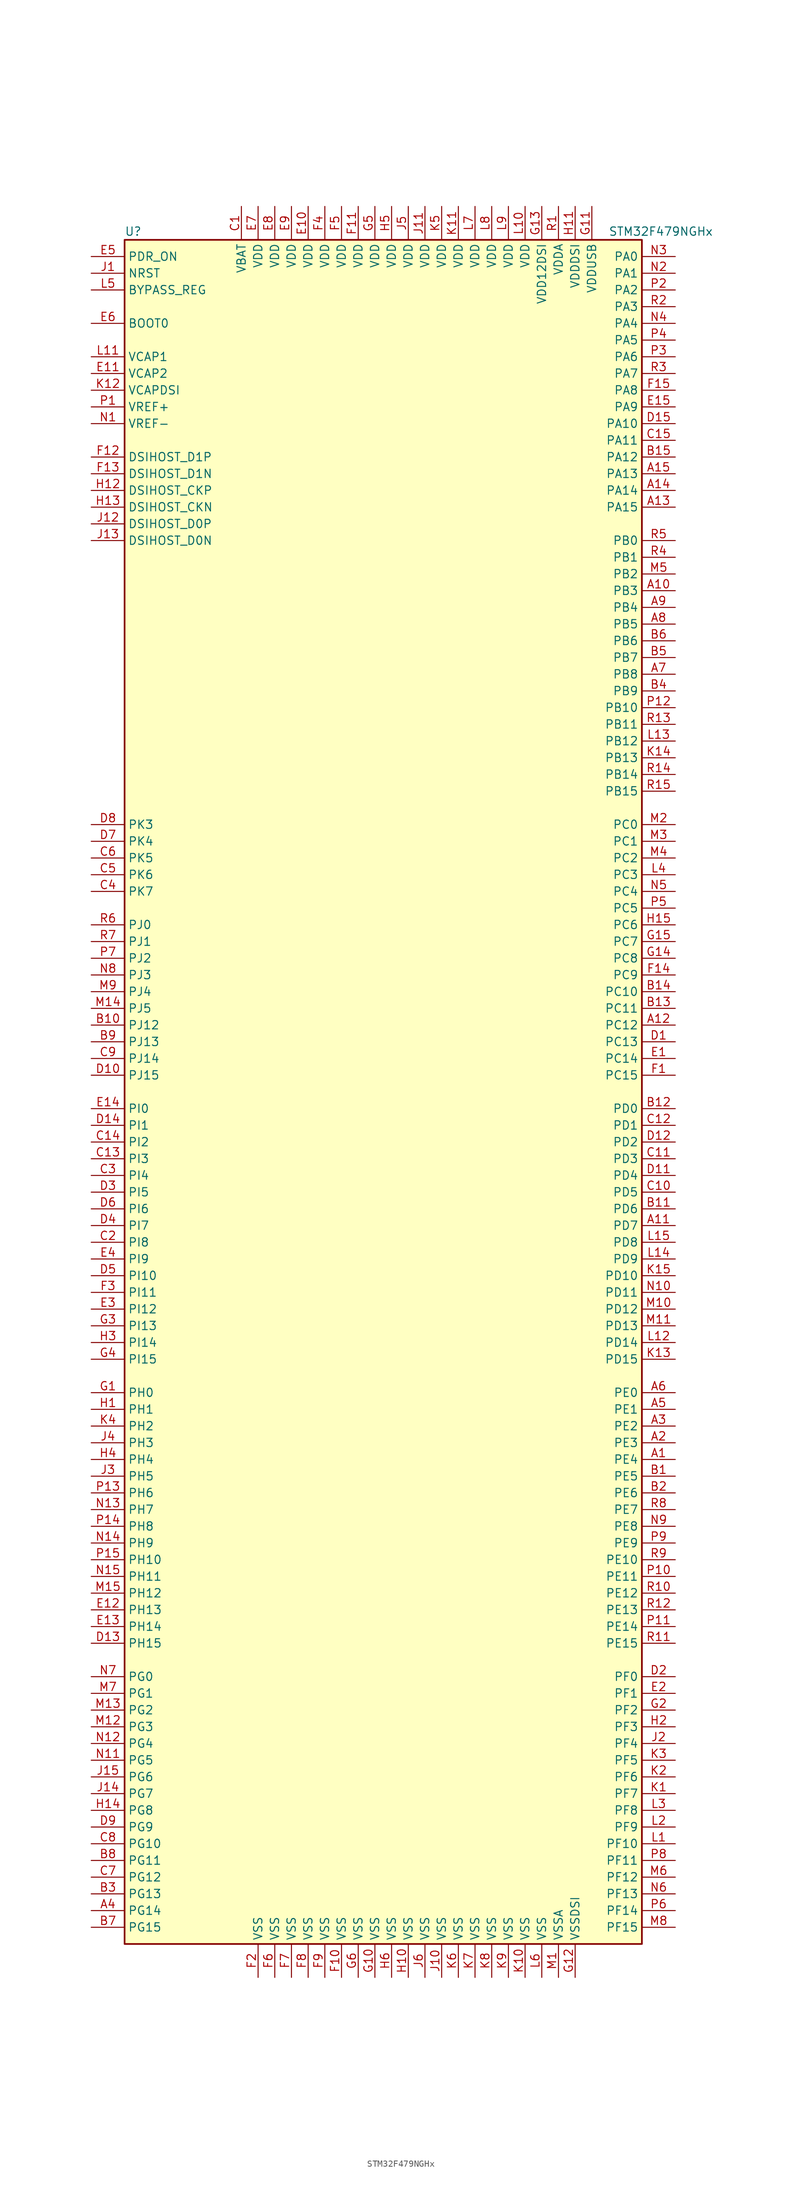
<source format=kicad_sym>
(kicad_symbol_lib
  (version 20201005)
  (generator kicad_symbol_editor)
  (symbol "STM32F479NGHx"
    (property "Reference" "U"
      (at -40.64 130.81 0)
      (effects (font (size 1.27 1.27)) (justify left)))
    (property "Value" "STM32F479NGHx"
      (at 33.02 130.81 0)
      (effects (font (size 1.27 1.27)) (justify left)))
    (symbol "STM32F479NGHx_0_1"
      (rectangle (start -40.64 -129.54) (end 38.1 129.54) (stroke (width 0.254)) (fill (type background))))
    (symbol "STM32F479NGHx_1_1"
      (pin bidirectional line (at 43.18 -55.88 180) (length 5.08) (name "PE4" (effects (font (size 1.27 1.27)))) (number "A1" (effects (font (size 1.27 1.27)))))
      (pin bidirectional line (at 43.18 76.2 180) (length 5.08) (name "PB3" (effects (font (size 1.27 1.27)))) (number "A10" (effects (font (size 1.27 1.27)))))
      (pin bidirectional line (at 43.18 -20.32 180) (length 5.08) (name "PD7" (effects (font (size 1.27 1.27)))) (number "A11" (effects (font (size 1.27 1.27)))))
      (pin bidirectional line (at 43.18 10.16 180) (length 5.08) (name "PC12" (effects (font (size 1.27 1.27)))) (number "A12" (effects (font (size 1.27 1.27)))))
      (pin bidirectional line (at 43.18 88.9 180) (length 5.08) (name "PA15" (effects (font (size 1.27 1.27)))) (number "A13" (effects (font (size 1.27 1.27)))))
      (pin bidirectional line (at 43.18 91.44 180) (length 5.08) (name "PA14" (effects (font (size 1.27 1.27)))) (number "A14" (effects (font (size 1.27 1.27)))))
      (pin bidirectional line (at 43.18 93.98 180) (length 5.08) (name "PA13" (effects (font (size 1.27 1.27)))) (number "A15" (effects (font (size 1.27 1.27)))))
      (pin bidirectional line (at 43.18 -53.34 180) (length 5.08) (name "PE3" (effects (font (size 1.27 1.27)))) (number "A2" (effects (font (size 1.27 1.27)))))
      (pin bidirectional line (at 43.18 -50.8 180) (length 5.08) (name "PE2" (effects (font (size 1.27 1.27)))) (number "A3" (effects (font (size 1.27 1.27)))))
      (pin bidirectional line (at -45.72 -124.46 0) (length 5.08) (name "PG14" (effects (font (size 1.27 1.27)))) (number "A4" (effects (font (size 1.27 1.27)))))
      (pin bidirectional line (at 43.18 -48.26 180) (length 5.08) (name "PE1" (effects (font (size 1.27 1.27)))) (number "A5" (effects (font (size 1.27 1.27)))))
      (pin bidirectional line (at 43.18 -45.72 180) (length 5.08) (name "PE0" (effects (font (size 1.27 1.27)))) (number "A6" (effects (font (size 1.27 1.27)))))
      (pin bidirectional line (at 43.18 63.5 180) (length 5.08) (name "PB8" (effects (font (size 1.27 1.27)))) (number "A7" (effects (font (size 1.27 1.27)))))
      (pin bidirectional line (at 43.18 71.12 180) (length 5.08) (name "PB5" (effects (font (size 1.27 1.27)))) (number "A8" (effects (font (size 1.27 1.27)))))
      (pin bidirectional line (at 43.18 73.66 180) (length 5.08) (name "PB4" (effects (font (size 1.27 1.27)))) (number "A9" (effects (font (size 1.27 1.27)))))
      (pin bidirectional line (at 43.18 -58.42 180) (length 5.08) (name "PE5" (effects (font (size 1.27 1.27)))) (number "B1" (effects (font (size 1.27 1.27)))))
      (pin bidirectional line (at -45.72 10.16 0) (length 5.08) (name "PJ12" (effects (font (size 1.27 1.27)))) (number "B10" (effects (font (size 1.27 1.27)))))
      (pin bidirectional line (at 43.18 -17.78 180) (length 5.08) (name "PD6" (effects (font (size 1.27 1.27)))) (number "B11" (effects (font (size 1.27 1.27)))))
      (pin bidirectional line (at 43.18 -2.54 180) (length 5.08) (name "PD0" (effects (font (size 1.27 1.27)))) (number "B12" (effects (font (size 1.27 1.27)))))
      (pin bidirectional line (at 43.18 12.7 180) (length 5.08) (name "PC11" (effects (font (size 1.27 1.27)))) (number "B13" (effects (font (size 1.27 1.27)))))
      (pin bidirectional line (at 43.18 15.24 180) (length 5.08) (name "PC10" (effects (font (size 1.27 1.27)))) (number "B14" (effects (font (size 1.27 1.27)))))
      (pin bidirectional line (at 43.18 96.52 180) (length 5.08) (name "PA12" (effects (font (size 1.27 1.27)))) (number "B15" (effects (font (size 1.27 1.27)))))
      (pin bidirectional line (at 43.18 -60.96 180) (length 5.08) (name "PE6" (effects (font (size 1.27 1.27)))) (number "B2" (effects (font (size 1.27 1.27)))))
      (pin bidirectional line (at -45.72 -121.92 0) (length 5.08) (name "PG13" (effects (font (size 1.27 1.27)))) (number "B3" (effects (font (size 1.27 1.27)))))
      (pin bidirectional line (at 43.18 60.96 180) (length 5.08) (name "PB9" (effects (font (size 1.27 1.27)))) (number "B4" (effects (font (size 1.27 1.27)))))
      (pin bidirectional line (at 43.18 66.04 180) (length 5.08) (name "PB7" (effects (font (size 1.27 1.27)))) (number "B5" (effects (font (size 1.27 1.27)))))
      (pin bidirectional line (at 43.18 68.58 180) (length 5.08) (name "PB6" (effects (font (size 1.27 1.27)))) (number "B6" (effects (font (size 1.27 1.27)))))
      (pin bidirectional line (at -45.72 -127 0) (length 5.08) (name "PG15" (effects (font (size 1.27 1.27)))) (number "B7" (effects (font (size 1.27 1.27)))))
      (pin bidirectional line (at -45.72 -116.84 0) (length 5.08) (name "PG11" (effects (font (size 1.27 1.27)))) (number "B8" (effects (font (size 1.27 1.27)))))
      (pin bidirectional line (at -45.72 7.62 0) (length 5.08) (name "PJ13" (effects (font (size 1.27 1.27)))) (number "B9" (effects (font (size 1.27 1.27)))))
      (pin power_in line (at -22.86 134.62 270) (length 5.08) (name "VBAT" (effects (font (size 1.27 1.27)))) (number "C1" (effects (font (size 1.27 1.27)))))
      (pin bidirectional line (at 43.18 -15.24 180) (length 5.08) (name "PD5" (effects (font (size 1.27 1.27)))) (number "C10" (effects (font (size 1.27 1.27)))))
      (pin bidirectional line (at 43.18 -10.16 180) (length 5.08) (name "PD3" (effects (font (size 1.27 1.27)))) (number "C11" (effects (font (size 1.27 1.27)))))
      (pin bidirectional line (at 43.18 -5.08 180) (length 5.08) (name "PD1" (effects (font (size 1.27 1.27)))) (number "C12" (effects (font (size 1.27 1.27)))))
      (pin bidirectional line (at -45.72 -10.16 0) (length 5.08) (name "PI3" (effects (font (size 1.27 1.27)))) (number "C13" (effects (font (size 1.27 1.27)))))
      (pin bidirectional line (at -45.72 -7.62 0) (length 5.08) (name "PI2" (effects (font (size 1.27 1.27)))) (number "C14" (effects (font (size 1.27 1.27)))))
      (pin bidirectional line (at 43.18 99.06 180) (length 5.08) (name "PA11" (effects (font (size 1.27 1.27)))) (number "C15" (effects (font (size 1.27 1.27)))))
      (pin bidirectional line (at -45.72 -22.86 0) (length 5.08) (name "PI8" (effects (font (size 1.27 1.27)))) (number "C2" (effects (font (size 1.27 1.27)))))
      (pin bidirectional line (at -45.72 -12.7 0) (length 5.08) (name "PI4" (effects (font (size 1.27 1.27)))) (number "C3" (effects (font (size 1.27 1.27)))))
      (pin bidirectional line (at -45.72 30.48 0) (length 5.08) (name "PK7" (effects (font (size 1.27 1.27)))) (number "C4" (effects (font (size 1.27 1.27)))))
      (pin bidirectional line (at -45.72 33.02 0) (length 5.08) (name "PK6" (effects (font (size 1.27 1.27)))) (number "C5" (effects (font (size 1.27 1.27)))))
      (pin bidirectional line (at -45.72 35.56 0) (length 5.08) (name "PK5" (effects (font (size 1.27 1.27)))) (number "C6" (effects (font (size 1.27 1.27)))))
      (pin bidirectional line (at -45.72 -119.38 0) (length 5.08) (name "PG12" (effects (font (size 1.27 1.27)))) (number "C7" (effects (font (size 1.27 1.27)))))
      (pin bidirectional line (at -45.72 -114.3 0) (length 5.08) (name "PG10" (effects (font (size 1.27 1.27)))) (number "C8" (effects (font (size 1.27 1.27)))))
      (pin bidirectional line (at -45.72 5.08 0) (length 5.08) (name "PJ14" (effects (font (size 1.27 1.27)))) (number "C9" (effects (font (size 1.27 1.27)))))
      (pin bidirectional line (at 43.18 7.62 180) (length 5.08) (name "PC13" (effects (font (size 1.27 1.27)))) (number "D1" (effects (font (size 1.27 1.27)))))
      (pin bidirectional line (at -45.72 2.54 0) (length 5.08) (name "PJ15" (effects (font (size 1.27 1.27)))) (number "D10" (effects (font (size 1.27 1.27)))))
      (pin bidirectional line (at 43.18 -12.7 180) (length 5.08) (name "PD4" (effects (font (size 1.27 1.27)))) (number "D11" (effects (font (size 1.27 1.27)))))
      (pin bidirectional line (at 43.18 -7.62 180) (length 5.08) (name "PD2" (effects (font (size 1.27 1.27)))) (number "D12" (effects (font (size 1.27 1.27)))))
      (pin bidirectional line (at -45.72 -83.82 0) (length 5.08) (name "PH15" (effects (font (size 1.27 1.27)))) (number "D13" (effects (font (size 1.27 1.27)))))
      (pin bidirectional line (at -45.72 -5.08 0) (length 5.08) (name "PI1" (effects (font (size 1.27 1.27)))) (number "D14" (effects (font (size 1.27 1.27)))))
      (pin bidirectional line (at 43.18 101.6 180) (length 5.08) (name "PA10" (effects (font (size 1.27 1.27)))) (number "D15" (effects (font (size 1.27 1.27)))))
      (pin bidirectional line (at 43.18 -88.9 180) (length 5.08) (name "PF0" (effects (font (size 1.27 1.27)))) (number "D2" (effects (font (size 1.27 1.27)))))
      (pin bidirectional line (at -45.72 -15.24 0) (length 5.08) (name "PI5" (effects (font (size 1.27 1.27)))) (number "D3" (effects (font (size 1.27 1.27)))))
      (pin bidirectional line (at -45.72 -20.32 0) (length 5.08) (name "PI7" (effects (font (size 1.27 1.27)))) (number "D4" (effects (font (size 1.27 1.27)))))
      (pin bidirectional line (at -45.72 -27.94 0) (length 5.08) (name "PI10" (effects (font (size 1.27 1.27)))) (number "D5" (effects (font (size 1.27 1.27)))))
      (pin bidirectional line (at -45.72 -17.78 0) (length 5.08) (name "PI6" (effects (font (size 1.27 1.27)))) (number "D6" (effects (font (size 1.27 1.27)))))
      (pin bidirectional line (at -45.72 38.1 0) (length 5.08) (name "PK4" (effects (font (size 1.27 1.27)))) (number "D7" (effects (font (size 1.27 1.27)))))
      (pin bidirectional line (at -45.72 40.64 0) (length 5.08) (name "PK3" (effects (font (size 1.27 1.27)))) (number "D8" (effects (font (size 1.27 1.27)))))
      (pin bidirectional line (at -45.72 -111.76 0) (length 5.08) (name "PG9" (effects (font (size 1.27 1.27)))) (number "D9" (effects (font (size 1.27 1.27)))))
      (pin bidirectional line (at 43.18 5.08 180) (length 5.08) (name "PC14" (effects (font (size 1.27 1.27)))) (number "E1" (effects (font (size 1.27 1.27)))))
      (pin power_in line (at -12.7 134.62 270) (length 5.08) (name "VDD" (effects (font (size 1.27 1.27)))) (number "E10" (effects (font (size 1.27 1.27)))))
      (pin power_in line (at -45.72 109.22 0) (length 5.08) (name "VCAP2" (effects (font (size 1.27 1.27)))) (number "E11" (effects (font (size 1.27 1.27)))))
      (pin bidirectional line (at -45.72 -78.74 0) (length 5.08) (name "PH13" (effects (font (size 1.27 1.27)))) (number "E12" (effects (font (size 1.27 1.27)))))
      (pin bidirectional line (at -45.72 -81.28 0) (length 5.08) (name "PH14" (effects (font (size 1.27 1.27)))) (number "E13" (effects (font (size 1.27 1.27)))))
      (pin bidirectional line (at -45.72 -2.54 0) (length 5.08) (name "PI0" (effects (font (size 1.27 1.27)))) (number "E14" (effects (font (size 1.27 1.27)))))
      (pin bidirectional line (at 43.18 104.14 180) (length 5.08) (name "PA9" (effects (font (size 1.27 1.27)))) (number "E15" (effects (font (size 1.27 1.27)))))
      (pin bidirectional line (at 43.18 -91.44 180) (length 5.08) (name "PF1" (effects (font (size 1.27 1.27)))) (number "E2" (effects (font (size 1.27 1.27)))))
      (pin bidirectional line (at -45.72 -33.02 0) (length 5.08) (name "PI12" (effects (font (size 1.27 1.27)))) (number "E3" (effects (font (size 1.27 1.27)))))
      (pin bidirectional line (at -45.72 -25.4 0) (length 5.08) (name "PI9" (effects (font (size 1.27 1.27)))) (number "E4" (effects (font (size 1.27 1.27)))))
      (pin input line (at -45.72 127 0) (length 5.08) (name "PDR_ON" (effects (font (size 1.27 1.27)))) (number "E5" (effects (font (size 1.27 1.27)))))
      (pin input line (at -45.72 116.84 0) (length 5.08) (name "BOOT0" (effects (font (size 1.27 1.27)))) (number "E6" (effects (font (size 1.27 1.27)))))
      (pin power_in line (at -20.32 134.62 270) (length 5.08) (name "VDD" (effects (font (size 1.27 1.27)))) (number "E7" (effects (font (size 1.27 1.27)))))
      (pin power_in line (at -17.78 134.62 270) (length 5.08) (name "VDD" (effects (font (size 1.27 1.27)))) (number "E8" (effects (font (size 1.27 1.27)))))
      (pin power_in line (at -15.24 134.62 270) (length 5.08) (name "VDD" (effects (font (size 1.27 1.27)))) (number "E9" (effects (font (size 1.27 1.27)))))
      (pin bidirectional line (at 43.18 2.54 180) (length 5.08) (name "PC15" (effects (font (size 1.27 1.27)))) (number "F1" (effects (font (size 1.27 1.27)))))
      (pin power_in line (at -7.62 -134.62 90) (length 5.08) (name "VSS" (effects (font (size 1.27 1.27)))) (number "F10" (effects (font (size 1.27 1.27)))))
      (pin power_in line (at -5.08 134.62 270) (length 5.08) (name "VDD" (effects (font (size 1.27 1.27)))) (number "F11" (effects (font (size 1.27 1.27)))))
      (pin bidirectional line (at -45.72 96.52 0) (length 5.08) (name "DSIHOST_D1P" (effects (font (size 1.27 1.27)))) (number "F12" (effects (font (size 1.27 1.27)))))
      (pin bidirectional line (at -45.72 93.98 0) (length 5.08) (name "DSIHOST_D1N" (effects (font (size 1.27 1.27)))) (number "F13" (effects (font (size 1.27 1.27)))))
      (pin bidirectional line (at 43.18 17.78 180) (length 5.08) (name "PC9" (effects (font (size 1.27 1.27)))) (number "F14" (effects (font (size 1.27 1.27)))))
      (pin bidirectional line (at 43.18 106.68 180) (length 5.08) (name "PA8" (effects (font (size 1.27 1.27)))) (number "F15" (effects (font (size 1.27 1.27)))))
      (pin power_in line (at -20.32 -134.62 90) (length 5.08) (name "VSS" (effects (font (size 1.27 1.27)))) (number "F2" (effects (font (size 1.27 1.27)))))
      (pin bidirectional line (at -45.72 -30.48 0) (length 5.08) (name "PI11" (effects (font (size 1.27 1.27)))) (number "F3" (effects (font (size 1.27 1.27)))))
      (pin power_in line (at -10.16 134.62 270) (length 5.08) (name "VDD" (effects (font (size 1.27 1.27)))) (number "F4" (effects (font (size 1.27 1.27)))))
      (pin power_in line (at -7.62 134.62 270) (length 5.08) (name "VDD" (effects (font (size 1.27 1.27)))) (number "F5" (effects (font (size 1.27 1.27)))))
      (pin power_in line (at -17.78 -134.62 90) (length 5.08) (name "VSS" (effects (font (size 1.27 1.27)))) (number "F6" (effects (font (size 1.27 1.27)))))
      (pin power_in line (at -15.24 -134.62 90) (length 5.08) (name "VSS" (effects (font (size 1.27 1.27)))) (number "F7" (effects (font (size 1.27 1.27)))))
      (pin power_in line (at -12.7 -134.62 90) (length 5.08) (name "VSS" (effects (font (size 1.27 1.27)))) (number "F8" (effects (font (size 1.27 1.27)))))
      (pin power_in line (at -10.16 -134.62 90) (length 5.08) (name "VSS" (effects (font (size 1.27 1.27)))) (number "F9" (effects (font (size 1.27 1.27)))))
      (pin input line (at -45.72 -45.72 0) (length 5.08) (name "PH0" (effects (font (size 1.27 1.27)))) (number "G1" (effects (font (size 1.27 1.27)))))
      (pin power_in line (at -2.54 -134.62 90) (length 5.08) (name "VSS" (effects (font (size 1.27 1.27)))) (number "G10" (effects (font (size 1.27 1.27)))))
      (pin power_in line (at 30.48 134.62 270) (length 5.08) (name "VDDUSB" (effects (font (size 1.27 1.27)))) (number "G11" (effects (font (size 1.27 1.27)))))
      (pin power_in line (at 27.94 -134.62 90) (length 5.08) (name "VSSDSI" (effects (font (size 1.27 1.27)))) (number "G12" (effects (font (size 1.27 1.27)))))
      (pin power_in line (at 22.86 134.62 270) (length 5.08) (name "VDD12DSI" (effects (font (size 1.27 1.27)))) (number "G13" (effects (font (size 1.27 1.27)))))
      (pin bidirectional line (at 43.18 20.32 180) (length 5.08) (name "PC8" (effects (font (size 1.27 1.27)))) (number "G14" (effects (font (size 1.27 1.27)))))
      (pin bidirectional line (at 43.18 22.86 180) (length 5.08) (name "PC7" (effects (font (size 1.27 1.27)))) (number "G15" (effects (font (size 1.27 1.27)))))
      (pin bidirectional line (at 43.18 -93.98 180) (length 5.08) (name "PF2" (effects (font (size 1.27 1.27)))) (number "G2" (effects (font (size 1.27 1.27)))))
      (pin bidirectional line (at -45.72 -35.56 0) (length 5.08) (name "PI13" (effects (font (size 1.27 1.27)))) (number "G3" (effects (font (size 1.27 1.27)))))
      (pin bidirectional line (at -45.72 -40.64 0) (length 5.08) (name "PI15" (effects (font (size 1.27 1.27)))) (number "G4" (effects (font (size 1.27 1.27)))))
      (pin power_in line (at -2.54 134.62 270) (length 5.08) (name "VDD" (effects (font (size 1.27 1.27)))) (number "G5" (effects (font (size 1.27 1.27)))))
      (pin power_in line (at -5.08 -134.62 90) (length 5.08) (name "VSS" (effects (font (size 1.27 1.27)))) (number "G6" (effects (font (size 1.27 1.27)))))
      (pin input line (at -45.72 -48.26 0) (length 5.08) (name "PH1" (effects (font (size 1.27 1.27)))) (number "H1" (effects (font (size 1.27 1.27)))))
      (pin power_in line (at 2.54 -134.62 90) (length 5.08) (name "VSS" (effects (font (size 1.27 1.27)))) (number "H10" (effects (font (size 1.27 1.27)))))
      (pin power_in line (at 27.94 134.62 270) (length 5.08) (name "VDDDSI" (effects (font (size 1.27 1.27)))) (number "H11" (effects (font (size 1.27 1.27)))))
      (pin bidirectional line (at -45.72 91.44 0) (length 5.08) (name "DSIHOST_CKP" (effects (font (size 1.27 1.27)))) (number "H12" (effects (font (size 1.27 1.27)))))
      (pin bidirectional line (at -45.72 88.9 0) (length 5.08) (name "DSIHOST_CKN" (effects (font (size 1.27 1.27)))) (number "H13" (effects (font (size 1.27 1.27)))))
      (pin bidirectional line (at -45.72 -109.22 0) (length 5.08) (name "PG8" (effects (font (size 1.27 1.27)))) (number "H14" (effects (font (size 1.27 1.27)))))
      (pin bidirectional line (at 43.18 25.4 180) (length 5.08) (name "PC6" (effects (font (size 1.27 1.27)))) (number "H15" (effects (font (size 1.27 1.27)))))
      (pin bidirectional line (at 43.18 -96.52 180) (length 5.08) (name "PF3" (effects (font (size 1.27 1.27)))) (number "H2" (effects (font (size 1.27 1.27)))))
      (pin bidirectional line (at -45.72 -38.1 0) (length 5.08) (name "PI14" (effects (font (size 1.27 1.27)))) (number "H3" (effects (font (size 1.27 1.27)))))
      (pin bidirectional line (at -45.72 -55.88 0) (length 5.08) (name "PH4" (effects (font (size 1.27 1.27)))) (number "H4" (effects (font (size 1.27 1.27)))))
      (pin power_in line (at 0 134.62 270) (length 5.08) (name "VDD" (effects (font (size 1.27 1.27)))) (number "H5" (effects (font (size 1.27 1.27)))))
      (pin power_in line (at 0 -134.62 90) (length 5.08) (name "VSS" (effects (font (size 1.27 1.27)))) (number "H6" (effects (font (size 1.27 1.27)))))
      (pin input line (at -45.72 124.46 0) (length 5.08) (name "NRST" (effects (font (size 1.27 1.27)))) (number "J1" (effects (font (size 1.27 1.27)))))
      (pin power_in line (at 7.62 -134.62 90) (length 5.08) (name "VSS" (effects (font (size 1.27 1.27)))) (number "J10" (effects (font (size 1.27 1.27)))))
      (pin power_in line (at 5.08 134.62 270) (length 5.08) (name "VDD" (effects (font (size 1.27 1.27)))) (number "J11" (effects (font (size 1.27 1.27)))))
      (pin bidirectional line (at -45.72 86.36 0) (length 5.08) (name "DSIHOST_D0P" (effects (font (size 1.27 1.27)))) (number "J12" (effects (font (size 1.27 1.27)))))
      (pin bidirectional line (at -45.72 83.82 0) (length 5.08) (name "DSIHOST_D0N" (effects (font (size 1.27 1.27)))) (number "J13" (effects (font (size 1.27 1.27)))))
      (pin bidirectional line (at -45.72 -106.68 0) (length 5.08) (name "PG7" (effects (font (size 1.27 1.27)))) (number "J14" (effects (font (size 1.27 1.27)))))
      (pin bidirectional line (at -45.72 -104.14 0) (length 5.08) (name "PG6" (effects (font (size 1.27 1.27)))) (number "J15" (effects (font (size 1.27 1.27)))))
      (pin bidirectional line (at 43.18 -99.06 180) (length 5.08) (name "PF4" (effects (font (size 1.27 1.27)))) (number "J2" (effects (font (size 1.27 1.27)))))
      (pin bidirectional line (at -45.72 -58.42 0) (length 5.08) (name "PH5" (effects (font (size 1.27 1.27)))) (number "J3" (effects (font (size 1.27 1.27)))))
      (pin bidirectional line (at -45.72 -53.34 0) (length 5.08) (name "PH3" (effects (font (size 1.27 1.27)))) (number "J4" (effects (font (size 1.27 1.27)))))
      (pin power_in line (at 2.54 134.62 270) (length 5.08) (name "VDD" (effects (font (size 1.27 1.27)))) (number "J5" (effects (font (size 1.27 1.27)))))
      (pin power_in line (at 5.08 -134.62 90) (length 5.08) (name "VSS" (effects (font (size 1.27 1.27)))) (number "J6" (effects (font (size 1.27 1.27)))))
      (pin bidirectional line (at 43.18 -106.68 180) (length 5.08) (name "PF7" (effects (font (size 1.27 1.27)))) (number "K1" (effects (font (size 1.27 1.27)))))
      (pin power_in line (at 20.32 -134.62 90) (length 5.08) (name "VSS" (effects (font (size 1.27 1.27)))) (number "K10" (effects (font (size 1.27 1.27)))))
      (pin power_in line (at 10.16 134.62 270) (length 5.08) (name "VDD" (effects (font (size 1.27 1.27)))) (number "K11" (effects (font (size 1.27 1.27)))))
      (pin power_in line (at -45.72 106.68 0) (length 5.08) (name "VCAPDSI" (effects (font (size 1.27 1.27)))) (number "K12" (effects (font (size 1.27 1.27)))))
      (pin bidirectional line (at 43.18 -40.64 180) (length 5.08) (name "PD15" (effects (font (size 1.27 1.27)))) (number "K13" (effects (font (size 1.27 1.27)))))
      (pin bidirectional line (at 43.18 50.8 180) (length 5.08) (name "PB13" (effects (font (size 1.27 1.27)))) (number "K14" (effects (font (size 1.27 1.27)))))
      (pin bidirectional line (at 43.18 -27.94 180) (length 5.08) (name "PD10" (effects (font (size 1.27 1.27)))) (number "K15" (effects (font (size 1.27 1.27)))))
      (pin bidirectional line (at 43.18 -104.14 180) (length 5.08) (name "PF6" (effects (font (size 1.27 1.27)))) (number "K2" (effects (font (size 1.27 1.27)))))
      (pin bidirectional line (at 43.18 -101.6 180) (length 5.08) (name "PF5" (effects (font (size 1.27 1.27)))) (number "K3" (effects (font (size 1.27 1.27)))))
      (pin bidirectional line (at -45.72 -50.8 0) (length 5.08) (name "PH2" (effects (font (size 1.27 1.27)))) (number "K4" (effects (font (size 1.27 1.27)))))
      (pin power_in line (at 7.62 134.62 270) (length 5.08) (name "VDD" (effects (font (size 1.27 1.27)))) (number "K5" (effects (font (size 1.27 1.27)))))
      (pin power_in line (at 10.16 -134.62 90) (length 5.08) (name "VSS" (effects (font (size 1.27 1.27)))) (number "K6" (effects (font (size 1.27 1.27)))))
      (pin power_in line (at 12.7 -134.62 90) (length 5.08) (name "VSS" (effects (font (size 1.27 1.27)))) (number "K7" (effects (font (size 1.27 1.27)))))
      (pin power_in line (at 15.24 -134.62 90) (length 5.08) (name "VSS" (effects (font (size 1.27 1.27)))) (number "K8" (effects (font (size 1.27 1.27)))))
      (pin power_in line (at 17.78 -134.62 90) (length 5.08) (name "VSS" (effects (font (size 1.27 1.27)))) (number "K9" (effects (font (size 1.27 1.27)))))
      (pin bidirectional line (at 43.18 -114.3 180) (length 5.08) (name "PF10" (effects (font (size 1.27 1.27)))) (number "L1" (effects (font (size 1.27 1.27)))))
      (pin power_in line (at 20.32 134.62 270) (length 5.08) (name "VDD" (effects (font (size 1.27 1.27)))) (number "L10" (effects (font (size 1.27 1.27)))))
      (pin power_in line (at -45.72 111.76 0) (length 5.08) (name "VCAP1" (effects (font (size 1.27 1.27)))) (number "L11" (effects (font (size 1.27 1.27)))))
      (pin bidirectional line (at 43.18 -38.1 180) (length 5.08) (name "PD14" (effects (font (size 1.27 1.27)))) (number "L12" (effects (font (size 1.27 1.27)))))
      (pin bidirectional line (at 43.18 53.34 180) (length 5.08) (name "PB12" (effects (font (size 1.27 1.27)))) (number "L13" (effects (font (size 1.27 1.27)))))
      (pin bidirectional line (at 43.18 -25.4 180) (length 5.08) (name "PD9" (effects (font (size 1.27 1.27)))) (number "L14" (effects (font (size 1.27 1.27)))))
      (pin bidirectional line (at 43.18 -22.86 180) (length 5.08) (name "PD8" (effects (font (size 1.27 1.27)))) (number "L15" (effects (font (size 1.27 1.27)))))
      (pin bidirectional line (at 43.18 -111.76 180) (length 5.08) (name "PF9" (effects (font (size 1.27 1.27)))) (number "L2" (effects (font (size 1.27 1.27)))))
      (pin bidirectional line (at 43.18 -109.22 180) (length 5.08) (name "PF8" (effects (font (size 1.27 1.27)))) (number "L3" (effects (font (size 1.27 1.27)))))
      (pin bidirectional line (at 43.18 33.02 180) (length 5.08) (name "PC3" (effects (font (size 1.27 1.27)))) (number "L4" (effects (font (size 1.27 1.27)))))
      (pin input line (at -45.72 121.92 0) (length 5.08) (name "BYPASS_REG" (effects (font (size 1.27 1.27)))) (number "L5" (effects (font (size 1.27 1.27)))))
      (pin power_in line (at 22.86 -134.62 90) (length 5.08) (name "VSS" (effects (font (size 1.27 1.27)))) (number "L6" (effects (font (size 1.27 1.27)))))
      (pin power_in line (at 12.7 134.62 270) (length 5.08) (name "VDD" (effects (font (size 1.27 1.27)))) (number "L7" (effects (font (size 1.27 1.27)))))
      (pin power_in line (at 15.24 134.62 270) (length 5.08) (name "VDD" (effects (font (size 1.27 1.27)))) (number "L8" (effects (font (size 1.27 1.27)))))
      (pin power_in line (at 17.78 134.62 270) (length 5.08) (name "VDD" (effects (font (size 1.27 1.27)))) (number "L9" (effects (font (size 1.27 1.27)))))
      (pin power_in line (at 25.4 -134.62 90) (length 5.08) (name "VSSA" (effects (font (size 1.27 1.27)))) (number "M1" (effects (font (size 1.27 1.27)))))
      (pin bidirectional line (at 43.18 -33.02 180) (length 5.08) (name "PD12" (effects (font (size 1.27 1.27)))) (number "M10" (effects (font (size 1.27 1.27)))))
      (pin bidirectional line (at 43.18 -35.56 180) (length 5.08) (name "PD13" (effects (font (size 1.27 1.27)))) (number "M11" (effects (font (size 1.27 1.27)))))
      (pin bidirectional line (at -45.72 -96.52 0) (length 5.08) (name "PG3" (effects (font (size 1.27 1.27)))) (number "M12" (effects (font (size 1.27 1.27)))))
      (pin bidirectional line (at -45.72 -93.98 0) (length 5.08) (name "PG2" (effects (font (size 1.27 1.27)))) (number "M13" (effects (font (size 1.27 1.27)))))
      (pin bidirectional line (at -45.72 12.7 0) (length 5.08) (name "PJ5" (effects (font (size 1.27 1.27)))) (number "M14" (effects (font (size 1.27 1.27)))))
      (pin bidirectional line (at -45.72 -76.2 0) (length 5.08) (name "PH12" (effects (font (size 1.27 1.27)))) (number "M15" (effects (font (size 1.27 1.27)))))
      (pin bidirectional line (at 43.18 40.64 180) (length 5.08) (name "PC0" (effects (font (size 1.27 1.27)))) (number "M2" (effects (font (size 1.27 1.27)))))
      (pin bidirectional line (at 43.18 38.1 180) (length 5.08) (name "PC1" (effects (font (size 1.27 1.27)))) (number "M3" (effects (font (size 1.27 1.27)))))
      (pin bidirectional line (at 43.18 35.56 180) (length 5.08) (name "PC2" (effects (font (size 1.27 1.27)))) (number "M4" (effects (font (size 1.27 1.27)))))
      (pin bidirectional line (at 43.18 78.74 180) (length 5.08) (name "PB2" (effects (font (size 1.27 1.27)))) (number "M5" (effects (font (size 1.27 1.27)))))
      (pin bidirectional line (at 43.18 -119.38 180) (length 5.08) (name "PF12" (effects (font (size 1.27 1.27)))) (number "M6" (effects (font (size 1.27 1.27)))))
      (pin bidirectional line (at -45.72 -91.44 0) (length 5.08) (name "PG1" (effects (font (size 1.27 1.27)))) (number "M7" (effects (font (size 1.27 1.27)))))
      (pin bidirectional line (at 43.18 -127 180) (length 5.08) (name "PF15" (effects (font (size 1.27 1.27)))) (number "M8" (effects (font (size 1.27 1.27)))))
      (pin bidirectional line (at -45.72 15.24 0) (length 5.08) (name "PJ4" (effects (font (size 1.27 1.27)))) (number "M9" (effects (font (size 1.27 1.27)))))
      (pin power_in line (at -45.72 101.6 0) (length 5.08) (name "VREF-" (effects (font (size 1.27 1.27)))) (number "N1" (effects (font (size 1.27 1.27)))))
      (pin bidirectional line (at 43.18 -30.48 180) (length 5.08) (name "PD11" (effects (font (size 1.27 1.27)))) (number "N10" (effects (font (size 1.27 1.27)))))
      (pin bidirectional line (at -45.72 -101.6 0) (length 5.08) (name "PG5" (effects (font (size 1.27 1.27)))) (number "N11" (effects (font (size 1.27 1.27)))))
      (pin bidirectional line (at -45.72 -99.06 0) (length 5.08) (name "PG4" (effects (font (size 1.27 1.27)))) (number "N12" (effects (font (size 1.27 1.27)))))
      (pin bidirectional line (at -45.72 -63.5 0) (length 5.08) (name "PH7" (effects (font (size 1.27 1.27)))) (number "N13" (effects (font (size 1.27 1.27)))))
      (pin bidirectional line (at -45.72 -68.58 0) (length 5.08) (name "PH9" (effects (font (size 1.27 1.27)))) (number "N14" (effects (font (size 1.27 1.27)))))
      (pin bidirectional line (at -45.72 -73.66 0) (length 5.08) (name "PH11" (effects (font (size 1.27 1.27)))) (number "N15" (effects (font (size 1.27 1.27)))))
      (pin bidirectional line (at 43.18 124.46 180) (length 5.08) (name "PA1" (effects (font (size 1.27 1.27)))) (number "N2" (effects (font (size 1.27 1.27)))))
      (pin bidirectional line (at 43.18 127 180) (length 5.08) (name "PA0" (effects (font (size 1.27 1.27)))) (number "N3" (effects (font (size 1.27 1.27)))))
      (pin bidirectional line (at 43.18 116.84 180) (length 5.08) (name "PA4" (effects (font (size 1.27 1.27)))) (number "N4" (effects (font (size 1.27 1.27)))))
      (pin bidirectional line (at 43.18 30.48 180) (length 5.08) (name "PC4" (effects (font (size 1.27 1.27)))) (number "N5" (effects (font (size 1.27 1.27)))))
      (pin bidirectional line (at 43.18 -121.92 180) (length 5.08) (name "PF13" (effects (font (size 1.27 1.27)))) (number "N6" (effects (font (size 1.27 1.27)))))
      (pin bidirectional line (at -45.72 -88.9 0) (length 5.08) (name "PG0" (effects (font (size 1.27 1.27)))) (number "N7" (effects (font (size 1.27 1.27)))))
      (pin bidirectional line (at -45.72 17.78 0) (length 5.08) (name "PJ3" (effects (font (size 1.27 1.27)))) (number "N8" (effects (font (size 1.27 1.27)))))
      (pin bidirectional line (at 43.18 -66.04 180) (length 5.08) (name "PE8" (effects (font (size 1.27 1.27)))) (number "N9" (effects (font (size 1.27 1.27)))))
      (pin power_in line (at -45.72 104.14 0) (length 5.08) (name "VREF+" (effects (font (size 1.27 1.27)))) (number "P1" (effects (font (size 1.27 1.27)))))
      (pin bidirectional line (at 43.18 -73.66 180) (length 5.08) (name "PE11" (effects (font (size 1.27 1.27)))) (number "P10" (effects (font (size 1.27 1.27)))))
      (pin bidirectional line (at 43.18 -81.28 180) (length 5.08) (name "PE14" (effects (font (size 1.27 1.27)))) (number "P11" (effects (font (size 1.27 1.27)))))
      (pin bidirectional line (at 43.18 58.42 180) (length 5.08) (name "PB10" (effects (font (size 1.27 1.27)))) (number "P12" (effects (font (size 1.27 1.27)))))
      (pin bidirectional line (at -45.72 -60.96 0) (length 5.08) (name "PH6" (effects (font (size 1.27 1.27)))) (number "P13" (effects (font (size 1.27 1.27)))))
      (pin bidirectional line (at -45.72 -66.04 0) (length 5.08) (name "PH8" (effects (font (size 1.27 1.27)))) (number "P14" (effects (font (size 1.27 1.27)))))
      (pin bidirectional line (at -45.72 -71.12 0) (length 5.08) (name "PH10" (effects (font (size 1.27 1.27)))) (number "P15" (effects (font (size 1.27 1.27)))))
      (pin bidirectional line (at 43.18 121.92 180) (length 5.08) (name "PA2" (effects (font (size 1.27 1.27)))) (number "P2" (effects (font (size 1.27 1.27)))))
      (pin bidirectional line (at 43.18 111.76 180) (length 5.08) (name "PA6" (effects (font (size 1.27 1.27)))) (number "P3" (effects (font (size 1.27 1.27)))))
      (pin bidirectional line (at 43.18 114.3 180) (length 5.08) (name "PA5" (effects (font (size 1.27 1.27)))) (number "P4" (effects (font (size 1.27 1.27)))))
      (pin bidirectional line (at 43.18 27.94 180) (length 5.08) (name "PC5" (effects (font (size 1.27 1.27)))) (number "P5" (effects (font (size 1.27 1.27)))))
      (pin bidirectional line (at 43.18 -124.46 180) (length 5.08) (name "PF14" (effects (font (size 1.27 1.27)))) (number "P6" (effects (font (size 1.27 1.27)))))
      (pin bidirectional line (at -45.72 20.32 0) (length 5.08) (name "PJ2" (effects (font (size 1.27 1.27)))) (number "P7" (effects (font (size 1.27 1.27)))))
      (pin bidirectional line (at 43.18 -116.84 180) (length 5.08) (name "PF11" (effects (font (size 1.27 1.27)))) (number "P8" (effects (font (size 1.27 1.27)))))
      (pin bidirectional line (at 43.18 -68.58 180) (length 5.08) (name "PE9" (effects (font (size 1.27 1.27)))) (number "P9" (effects (font (size 1.27 1.27)))))
      (pin power_in line (at 25.4 134.62 270) (length 5.08) (name "VDDA" (effects (font (size 1.27 1.27)))) (number "R1" (effects (font (size 1.27 1.27)))))
      (pin bidirectional line (at 43.18 -76.2 180) (length 5.08) (name "PE12" (effects (font (size 1.27 1.27)))) (number "R10" (effects (font (size 1.27 1.27)))))
      (pin bidirectional line (at 43.18 -83.82 180) (length 5.08) (name "PE15" (effects (font (size 1.27 1.27)))) (number "R11" (effects (font (size 1.27 1.27)))))
      (pin bidirectional line (at 43.18 -78.74 180) (length 5.08) (name "PE13" (effects (font (size 1.27 1.27)))) (number "R12" (effects (font (size 1.27 1.27)))))
      (pin bidirectional line (at 43.18 55.88 180) (length 5.08) (name "PB11" (effects (font (size 1.27 1.27)))) (number "R13" (effects (font (size 1.27 1.27)))))
      (pin bidirectional line (at 43.18 48.26 180) (length 5.08) (name "PB14" (effects (font (size 1.27 1.27)))) (number "R14" (effects (font (size 1.27 1.27)))))
      (pin bidirectional line (at 43.18 45.72 180) (length 5.08) (name "PB15" (effects (font (size 1.27 1.27)))) (number "R15" (effects (font (size 1.27 1.27)))))
      (pin bidirectional line (at 43.18 119.38 180) (length 5.08) (name "PA3" (effects (font (size 1.27 1.27)))) (number "R2" (effects (font (size 1.27 1.27)))))
      (pin bidirectional line (at 43.18 109.22 180) (length 5.08) (name "PA7" (effects (font (size 1.27 1.27)))) (number "R3" (effects (font (size 1.27 1.27)))))
      (pin bidirectional line (at 43.18 81.28 180) (length 5.08) (name "PB1" (effects (font (size 1.27 1.27)))) (number "R4" (effects (font (size 1.27 1.27)))))
      (pin bidirectional line (at 43.18 83.82 180) (length 5.08) (name "PB0" (effects (font (size 1.27 1.27)))) (number "R5" (effects (font (size 1.27 1.27)))))
      (pin bidirectional line (at -45.72 25.4 0) (length 5.08) (name "PJ0" (effects (font (size 1.27 1.27)))) (number "R6" (effects (font (size 1.27 1.27)))))
      (pin bidirectional line (at -45.72 22.86 0) (length 5.08) (name "PJ1" (effects (font (size 1.27 1.27)))) (number "R7" (effects (font (size 1.27 1.27)))))
      (pin bidirectional line (at 43.18 -63.5 180) (length 5.08) (name "PE7" (effects (font (size 1.27 1.27)))) (number "R8" (effects (font (size 1.27 1.27)))))
      (pin bidirectional line (at 43.18 -71.12 180) (length 5.08) (name "PE10" (effects (font (size 1.27 1.27)))) (number "R9" (effects (font (size 1.27 1.27))))))))
</source>
